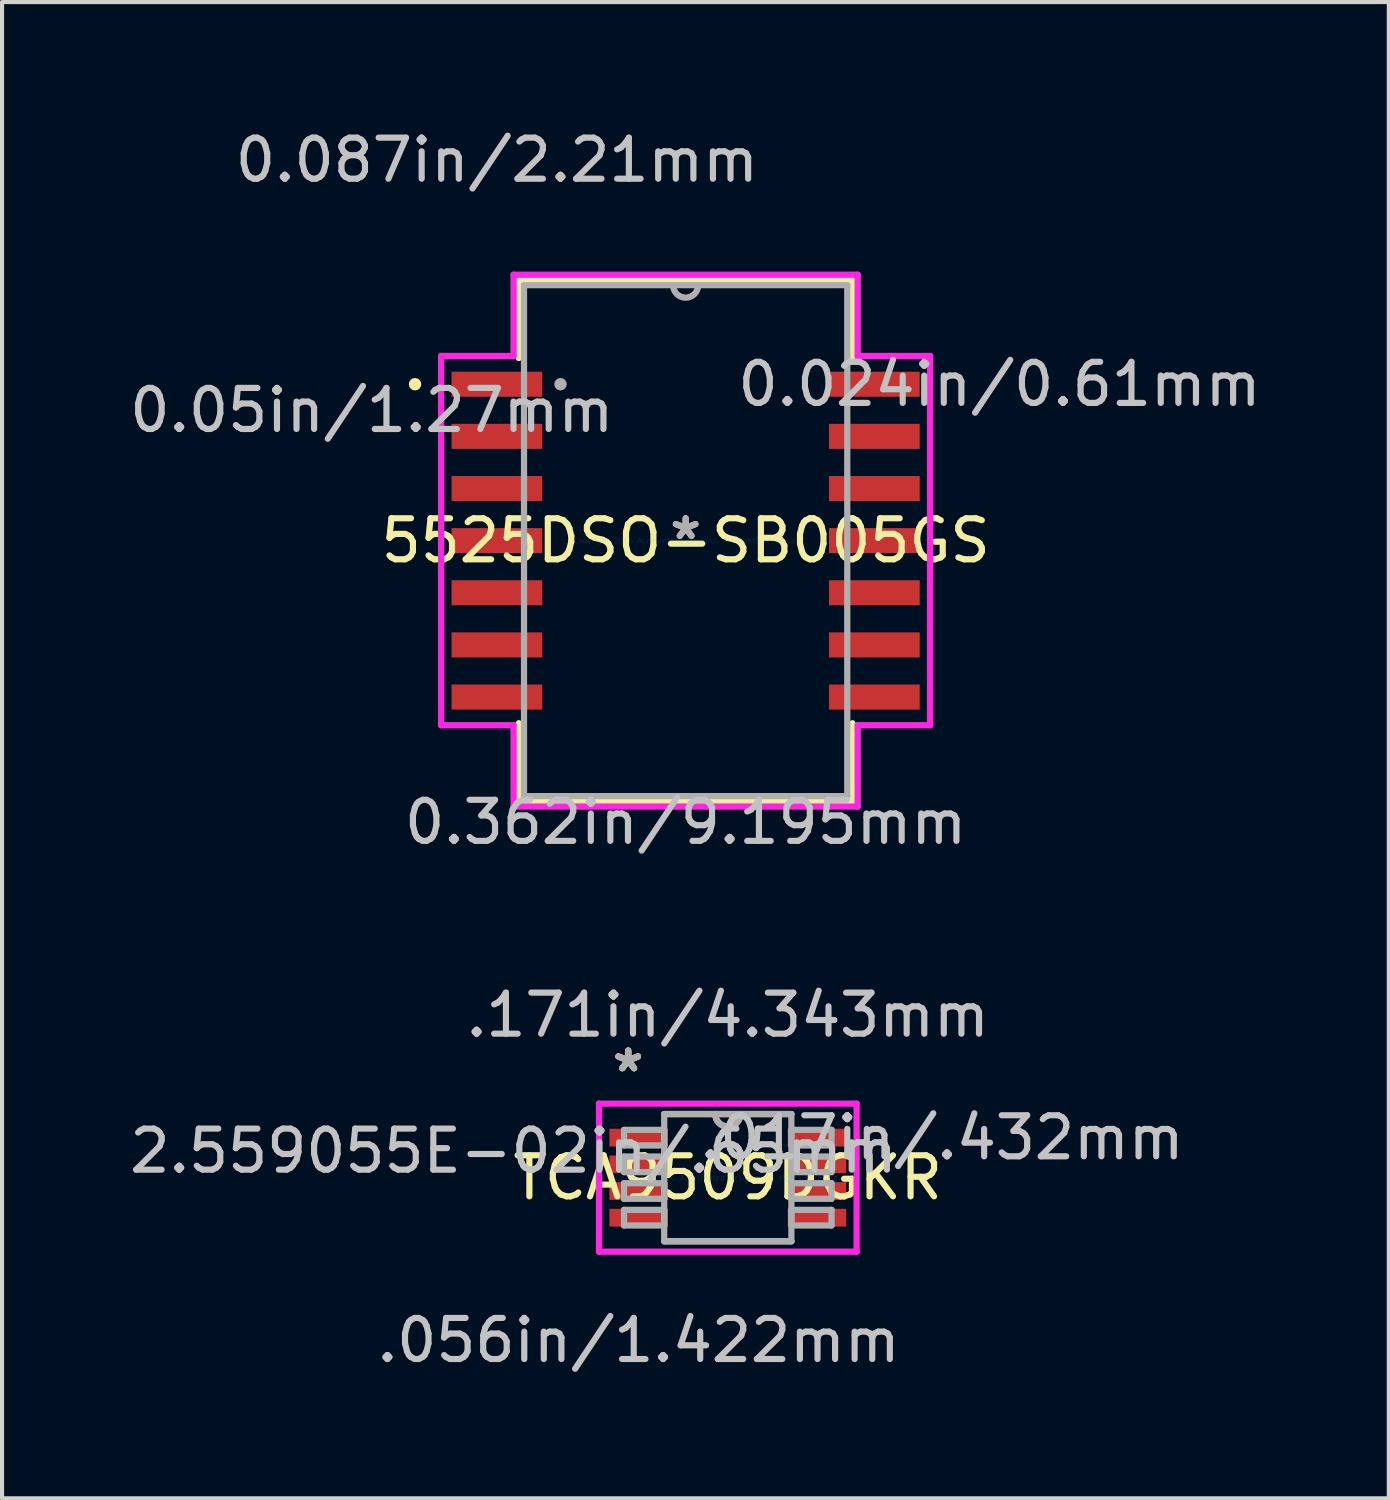
<source format=kicad_pcb>
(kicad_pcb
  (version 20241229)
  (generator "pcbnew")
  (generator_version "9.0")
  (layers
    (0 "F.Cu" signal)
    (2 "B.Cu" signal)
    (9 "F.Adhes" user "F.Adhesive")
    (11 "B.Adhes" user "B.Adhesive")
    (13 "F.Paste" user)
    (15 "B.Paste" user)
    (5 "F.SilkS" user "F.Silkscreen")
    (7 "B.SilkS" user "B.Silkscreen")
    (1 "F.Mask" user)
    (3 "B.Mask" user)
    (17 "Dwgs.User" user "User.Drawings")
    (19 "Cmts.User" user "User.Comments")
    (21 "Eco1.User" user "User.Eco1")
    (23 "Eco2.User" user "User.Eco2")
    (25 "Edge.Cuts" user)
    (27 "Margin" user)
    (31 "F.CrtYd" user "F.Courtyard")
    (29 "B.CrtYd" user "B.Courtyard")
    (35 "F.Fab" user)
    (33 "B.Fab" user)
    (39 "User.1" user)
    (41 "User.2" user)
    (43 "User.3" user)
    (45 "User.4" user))
  (footprint "5525DSO-SB005GS"
    (layer "F.Cu")
    (at 13.651 10.119)
    (property "Reference" "5525DSO-SB005GS" (at 0 0 0) (layer "F.SilkS") (effects (font (size 1 1) (thickness 0.15))))
    (attr through_hole)
    (fp_line (start -4.064 -6.35) (end -4.064 -4.448) (stroke (width 0.152) (type solid)) (layer "F.SilkS"))
    (fp_line (start -4.064 4.448) (end -4.064 6.35) (stroke (width 0.152) (type solid)) (layer "F.SilkS"))
    (fp_line (start -4.064 6.35) (end 4.064 6.35) (stroke (width 0.152) (type solid)) (layer "F.SilkS"))
    (fp_line (start 4.064 -6.35) (end -4.064 -6.35) (stroke (width 0.152) (type solid)) (layer "F.SilkS"))
    (fp_line (start 4.064 -4.448) (end 4.064 -6.35) (stroke (width 0.152) (type solid)) (layer "F.SilkS"))
    (fp_line (start 4.064 6.35) (end 4.064 4.448) (stroke (width 0.152) (type solid)) (layer "F.SilkS"))
    (fp_circle (center -6.591 -3.81) (end -6.515 -3.81) (stroke (width 0.152) (type solid)) (fill no) (layer "F.SilkS"))
    (fp_line (start -5.956 -4.496) (end -4.191 -4.496) (stroke (width 0.152) (type solid)) (layer "F.CrtYd"))
    (fp_line (start -5.956 4.496) (end -5.956 -4.496) (stroke (width 0.152) (type solid)) (layer "F.CrtYd"))
    (fp_line (start -4.191 -6.477) (end 4.191 -6.477) (stroke (width 0.152) (type solid)) (layer "F.CrtYd"))
    (fp_line (start -4.191 -4.496) (end -4.191 -6.477) (stroke (width 0.152) (type solid)) (layer "F.CrtYd"))
    (fp_line (start -4.191 4.496) (end -5.956 4.496) (stroke (width 0.152) (type solid)) (layer "F.CrtYd"))
    (fp_line (start -4.191 6.477) (end -4.191 4.496) (stroke (width 0.152) (type solid)) (layer "F.CrtYd"))
    (fp_line (start 4.191 -6.477) (end 4.191 -4.496) (stroke (width 0.152) (type solid)) (layer "F.CrtYd"))
    (fp_line (start 4.191 -4.496) (end 5.956 -4.496) (stroke (width 0.152) (type solid)) (layer "F.CrtYd"))
    (fp_line (start 4.191 4.496) (end 4.191 6.477) (stroke (width 0.152) (type solid)) (layer "F.CrtYd"))
    (fp_line (start 4.191 6.477) (end -4.191 6.477) (stroke (width 0.152) (type solid)) (layer "F.CrtYd"))
    (fp_line (start 5.956 -4.496) (end 5.956 4.496) (stroke (width 0.152) (type solid)) (layer "F.CrtYd"))
    (fp_line (start 5.956 4.496) (end 4.191 4.496) (stroke (width 0.152) (type solid)) (layer "F.CrtYd"))
    (fp_line (start -3.937 -6.223) (end -3.937 6.223) (stroke (width 0.152) (type solid)) (layer "F.Fab"))
    (fp_line (start -3.937 6.223) (end 3.937 6.223) (stroke (width 0.152) (type solid)) (layer "F.Fab"))
    (fp_line (start 3.937 -6.223) (end -3.937 -6.223) (stroke (width 0.152) (type solid)) (layer "F.Fab"))
    (fp_line (start 3.937 6.223) (end 3.937 -6.223) (stroke (width 0.152) (type solid)) (layer "F.Fab"))
    (fp_arc (start 0.3048 -6.223) (mid 0 -5.9182) (end -0.3048 -6.223) (stroke (width 0.1524) (type solid)) (layer "F.Fab"))
    (fp_circle (center -3.048 -3.81) (end -2.972 -3.81) (stroke (width 0.152) (type solid)) (fill no) (layer "F.Fab"))
    (fp_text user "*" (at 0 0 0) (layer "F.SilkS") (effects (font (size 1 1) (thickness 0.15))))
    (fp_text user "0.05in/1.27mm" (at -7.645 -3.175 0) (layer "Dwgs.User") (effects (font (size 1 1) (thickness 0.15))))
    (fp_text user "0.087in/2.21mm" (at -4.597 -9.271 0) (layer "Dwgs.User") (effects (font (size 1 1) (thickness 0.15))))
    (fp_text user "0.024in/0.61mm" (at 7.645 -3.81 0) (layer "Dwgs.User") (effects (font (size 1 1) (thickness 0.15))))
    (fp_text user "0.362in/9.195mm" (at 0 6.858 0) (layer "Dwgs.User") (effects (font (size 1 1) (thickness 0.15))))
    (fp_text user "Copyright 2016 Accelerated Designs. All rights reserved." (at 0 0 0) (layer "Cmts.User") (effects (font (size 0.127 0.127) (thickness 0.002))))
    (fp_text user "*" (at 0 0 0) (layer "F.Fab") (effects (font (size 1 1) (thickness 0.15))))
    (pad "1" smd rect (at -4.597 -3.81) (size 2.21 0.61) (layers "F.Cu" "F.Mask" "F.Paste"))
    (pad "2" smd rect (at -4.597 -2.54) (size 2.21 0.61) (layers "F.Cu" "F.Mask" "F.Paste"))
    (pad "3" smd rect (at -4.597 -1.27) (size 2.21 0.61) (layers "F.Cu" "F.Mask" "F.Paste"))
    (pad "4" smd rect (at -4.597 0) (size 2.21 0.61) (layers "F.Cu" "F.Mask" "F.Paste"))
    (pad "5" smd rect (at -4.597 1.27) (size 2.21 0.61) (layers "F.Cu" "F.Mask" "F.Paste"))
    (pad "6" smd rect (at -4.597 2.54) (size 2.21 0.61) (layers "F.Cu" "F.Mask" "F.Paste"))
    (pad "7" smd rect (at -4.597 3.81) (size 2.21 0.61) (layers "F.Cu" "F.Mask" "F.Paste"))
    (pad "8" smd rect (at 4.597 3.81) (size 2.21 0.61) (layers "F.Cu" "F.Mask" "F.Paste"))
    (pad "9" smd rect (at 4.597 2.54) (size 2.21 0.61) (layers "F.Cu" "F.Mask" "F.Paste"))
    (pad "10" smd rect (at 4.597 1.27) (size 2.21 0.61) (layers "F.Cu" "F.Mask" "F.Paste"))
    (pad "11" smd rect (at 4.597 0) (size 2.21 0.61) (layers "F.Cu" "F.Mask" "F.Paste"))
    (pad "12" smd rect (at 4.597 -1.27) (size 2.21 0.61) (layers "F.Cu" "F.Mask" "F.Paste"))
    (pad "13" smd rect (at 4.597 -2.54) (size 2.21 0.61) (layers "F.Cu" "F.Mask" "F.Paste"))
    (pad "14" smd rect (at 4.597 -3.81) (size 2.21 0.61) (layers "F.Cu" "F.Mask" "F.Paste")))
  (footprint "TCA9509DGKR"
    (layer "F.Cu")
    (at 14.678 25.636)
    (property "Reference" "TCA9509DGKR" (at 0 0 0) (layer "F.SilkS") (effects (font (size 1 1) (thickness 0.15))))
    (attr through_hole)
    (fp_line (start -1.549 1.549) (end 1.549 1.549) (stroke (width 0.152) (type solid)) (layer "F.SilkS"))
    (fp_line (start 1.549 -1.549) (end -1.549 -1.549) (stroke (width 0.152) (type solid)) (layer "F.SilkS"))
    (fp_arc (start 0.3048 -1.5494) (mid 0 -1.2446) (end -0.3048 -1.5494) (stroke (width 0.1524) (type solid)) (layer "F.SilkS"))
    (fp_line (start -3.137 -1.803) (end 3.137 -1.803) (stroke (width 0.152) (type solid)) (layer "F.CrtYd"))
    (fp_line (start -3.137 1.803) (end -3.137 -1.803) (stroke (width 0.152) (type solid)) (layer "F.CrtYd"))
    (fp_line (start 3.137 -1.803) (end 3.137 1.803) (stroke (width 0.152) (type solid)) (layer "F.CrtYd"))
    (fp_line (start 3.137 1.803) (end -3.137 1.803) (stroke (width 0.152) (type solid)) (layer "F.CrtYd"))
    (fp_line (start -2.527 -1.165) (end -2.527 -0.784) (stroke (width 0.152) (type solid)) (layer "F.Fab"))
    (fp_line (start -2.527 -0.784) (end -1.549 -0.784) (stroke (width 0.152) (type solid)) (layer "F.Fab"))
    (fp_line (start -2.527 -0.515) (end -2.527 -0.135) (stroke (width 0.152) (type solid)) (layer "F.Fab"))
    (fp_line (start -2.527 -0.135) (end -1.549 -0.135) (stroke (width 0.152) (type solid)) (layer "F.Fab"))
    (fp_line (start -2.527 0.135) (end -2.527 0.515) (stroke (width 0.152) (type solid)) (layer "F.Fab"))
    (fp_line (start -2.527 0.515) (end -1.549 0.515) (stroke (width 0.152) (type solid)) (layer "F.Fab"))
    (fp_line (start -2.527 0.784) (end -2.527 1.165) (stroke (width 0.152) (type solid)) (layer "F.Fab"))
    (fp_line (start -2.527 1.165) (end -1.549 1.165) (stroke (width 0.152) (type solid)) (layer "F.Fab"))
    (fp_line (start -1.549 -1.549) (end -1.549 1.549) (stroke (width 0.152) (type solid)) (layer "F.Fab"))
    (fp_line (start -1.549 -1.165) (end -2.527 -1.165) (stroke (width 0.152) (type solid)) (layer "F.Fab"))
    (fp_line (start -1.549 -0.784) (end -1.549 -1.165) (stroke (width 0.152) (type solid)) (layer "F.Fab"))
    (fp_line (start -1.549 -0.515) (end -2.527 -0.515) (stroke (width 0.152) (type solid)) (layer "F.Fab"))
    (fp_line (start -1.549 -0.135) (end -1.549 -0.515) (stroke (width 0.152) (type solid)) (layer "F.Fab"))
    (fp_line (start -1.549 0.135) (end -2.527 0.135) (stroke (width 0.152) (type solid)) (layer "F.Fab"))
    (fp_line (start -1.549 0.515) (end -1.549 0.135) (stroke (width 0.152) (type solid)) (layer "F.Fab"))
    (fp_line (start -1.549 0.784) (end -2.527 0.784) (stroke (width 0.152) (type solid)) (layer "F.Fab"))
    (fp_line (start -1.549 1.165) (end -1.549 0.784) (stroke (width 0.152) (type solid)) (layer "F.Fab"))
    (fp_line (start -1.549 1.549) (end 1.549 1.549) (stroke (width 0.152) (type solid)) (layer "F.Fab"))
    (fp_line (start 1.549 -1.549) (end -1.549 -1.549) (stroke (width 0.152) (type solid)) (layer "F.Fab"))
    (fp_line (start 1.549 -1.165) (end 1.549 -0.784) (stroke (width 0.152) (type solid)) (layer "F.Fab"))
    (fp_line (start 1.549 -0.784) (end 2.527 -0.784) (stroke (width 0.152) (type solid)) (layer "F.Fab"))
    (fp_line (start 1.549 -0.515) (end 1.549 -0.135) (stroke (width 0.152) (type solid)) (layer "F.Fab"))
    (fp_line (start 1.549 -0.135) (end 2.527 -0.135) (stroke (width 0.152) (type solid)) (layer "F.Fab"))
    (fp_line (start 1.549 0.135) (end 1.549 0.515) (stroke (width 0.152) (type solid)) (layer "F.Fab"))
    (fp_line (start 1.549 0.515) (end 2.527 0.515) (stroke (width 0.152) (type solid)) (layer "F.Fab"))
    (fp_line (start 1.549 0.784) (end 1.549 1.165) (stroke (width 0.152) (type solid)) (layer "F.Fab"))
    (fp_line (start 1.549 1.165) (end 2.527 1.165) (stroke (width 0.152) (type solid)) (layer "F.Fab"))
    (fp_line (start 1.549 1.549) (end 1.549 -1.549) (stroke (width 0.152) (type solid)) (layer "F.Fab"))
    (fp_line (start 2.527 -1.165) (end 1.549 -1.165) (stroke (width 0.152) (type solid)) (layer "F.Fab"))
    (fp_line (start 2.527 -0.784) (end 2.527 -1.165) (stroke (width 0.152) (type solid)) (layer "F.Fab"))
    (fp_line (start 2.527 -0.515) (end 1.549 -0.515) (stroke (width 0.152) (type solid)) (layer "F.Fab"))
    (fp_line (start 2.527 -0.135) (end 2.527 -0.515) (stroke (width 0.152) (type solid)) (layer "F.Fab"))
    (fp_line (start 2.527 0.135) (end 1.549 0.135) (stroke (width 0.152) (type solid)) (layer "F.Fab"))
    (fp_line (start 2.527 0.515) (end 2.527 0.135) (stroke (width 0.152) (type solid)) (layer "F.Fab"))
    (fp_line (start 2.527 0.784) (end 1.549 0.784) (stroke (width 0.152) (type solid)) (layer "F.Fab"))
    (fp_line (start 2.527 1.165) (end 2.527 0.784) (stroke (width 0.152) (type solid)) (layer "F.Fab"))
    (fp_arc (start 0.3048 -1.5494) (mid 0 -1.2446) (end -0.3048 -1.5494) (stroke (width 0.1524) (type solid)) (layer "F.Fab"))
    (fp_text user "*" (at -2.426 -2.55 0) (layer "F.SilkS") (effects (font (size 1 1) (thickness 0.15))))
    (fp_text user "*" (at -2.426 -2.55 0) (layer "F.SilkS") (effects (font (size 1 1) (thickness 0.15))))
    (fp_text user "2.559055E-02in/.65mm" (at -5.22 -0.65 0) (layer "Dwgs.User") (effects (font (size 1 1) (thickness 0.15))))
    (fp_text user ".017in/.432mm" (at 5.22 -0.975 0) (layer "Dwgs.User") (effects (font (size 1 1) (thickness 0.15))))
    (fp_text user ".171in/4.343mm" (at 0 -3.962 0) (layer "Dwgs.User") (effects (font (size 1 1) (thickness 0.15))))
    (fp_text user ".056in/1.422mm" (at -2.172 3.962 0) (layer "Dwgs.User") (effects (font (size 1 1) (thickness 0.15))))
    (fp_text user "Copyright 2016 Accelerated Designs. All rights reserved." (at 0 0 0) (layer "Cmts.User") (effects (font (size 0.127 0.127) (thickness 0.002))))
    (fp_text user "*" (at -2.426 -2.55 0) (layer "F.Fab") (effects (font (size 1 1) (thickness 0.15))))
    (fp_text user "*" (at -2.426 -2.55 0) (layer "F.Fab") (effects (font (size 1 1) (thickness 0.15))))
    (pad "1" smd rect (at -2.172 -0.975) (size 1.422 0.432) (layers "F.Cu" "F.Mask" "F.Paste"))
    (pad "2" smd rect (at -2.172 -0.325) (size 1.422 0.432) (layers "F.Cu" "F.Mask" "F.Paste"))
    (pad "3" smd rect (at -2.172 0.325) (size 1.422 0.432) (layers "F.Cu" "F.Mask" "F.Paste"))
    (pad "4" smd rect (at -2.172 0.975) (size 1.422 0.432) (layers "F.Cu" "F.Mask" "F.Paste"))
    (pad "5" smd rect (at 2.172 0.975) (size 1.422 0.432) (layers "F.Cu" "F.Mask" "F.Paste"))
    (pad "6" smd rect (at 2.172 0.325) (size 1.422 0.432) (layers "F.Cu" "F.Mask" "F.Paste"))
    (pad "7" smd rect (at 2.172 -0.325) (size 1.422 0.432) (layers "F.Cu" "F.Mask" "F.Paste"))
    (pad "8" smd rect (at 2.172 -0.975) (size 1.422 0.432) (layers "F.Cu" "F.Mask" "F.Paste")))
  (gr_rect
    (start -3 -3)
    (end 30.779 33.447)
    (stroke (width 0.1) (type default))
    (fill no)
    (layer "Edge.Cuts")))
</source>
